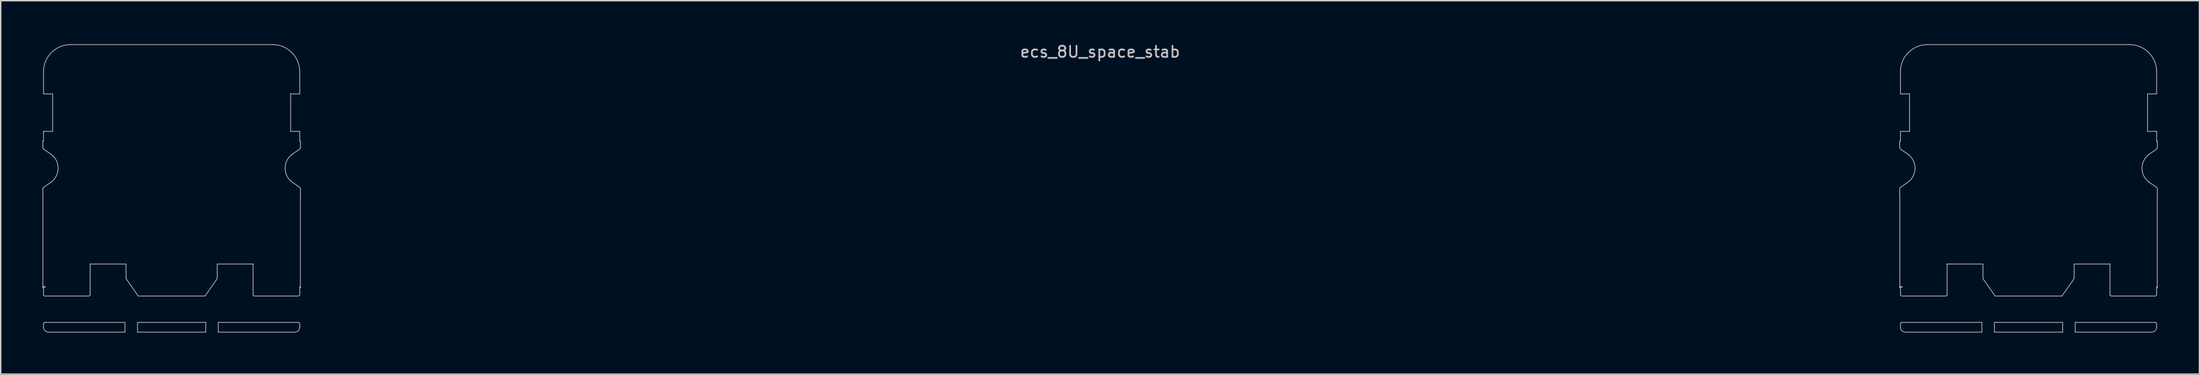
<source format=kicad_pcb>
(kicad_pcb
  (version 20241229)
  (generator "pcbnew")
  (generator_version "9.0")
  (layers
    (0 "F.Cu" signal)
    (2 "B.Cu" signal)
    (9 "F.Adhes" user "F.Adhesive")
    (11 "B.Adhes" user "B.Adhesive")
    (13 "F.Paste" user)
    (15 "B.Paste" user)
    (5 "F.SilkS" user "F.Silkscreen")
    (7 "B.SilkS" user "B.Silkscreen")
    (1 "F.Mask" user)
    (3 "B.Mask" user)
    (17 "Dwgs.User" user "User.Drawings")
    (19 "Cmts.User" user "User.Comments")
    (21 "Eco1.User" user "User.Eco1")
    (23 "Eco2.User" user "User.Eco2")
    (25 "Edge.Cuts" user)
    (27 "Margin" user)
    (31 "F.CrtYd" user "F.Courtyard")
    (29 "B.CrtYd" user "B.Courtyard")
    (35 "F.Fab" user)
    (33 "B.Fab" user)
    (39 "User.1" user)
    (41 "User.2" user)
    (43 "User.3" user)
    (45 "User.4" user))
  (footprint "ecs_8U_space_stab"
    (layer "F.Cu")
    (at 75.95 9.061)
    (property "Reference" "ecs_8U_space_stab" (at 0 -8.382 0) (layer "Dwgs.User") (effects (font (size 0.8 0.8) (thickness 0.12))))
    (attr smd)
    (fp_line (start -75.925 -1.95) (end -75.875 -1.95) (stroke (width 0.05) (type solid)) (layer "Dwgs.User"))
    (fp_line (start -75.925 -1.516) (end -75.925 -1.95) (stroke (width 0.05) (type solid)) (layer "Dwgs.User"))
    (fp_line (start -75.925 1.95) (end -75.925 1.516) (stroke (width 0.05) (type solid)) (layer "Dwgs.User"))
    (fp_line (start -75.919 1.95) (end -75.925 1.95) (stroke (width 0.05) (type solid)) (layer "Dwgs.User"))
    (fp_line (start -75.919 8.616) (end -75.919 1.95) (stroke (width 0.05) (type solid)) (layer "Dwgs.User"))
    (fp_line (start -75.875 -5.35) (end -75.875 -6.95) (stroke (width 0.05) (type solid)) (layer "Dwgs.User"))
    (fp_line (start -75.875 -2.65) (end -75.22 -2.65) (stroke (width 0.05) (type solid)) (layer "Dwgs.User"))
    (fp_line (start -75.875 -1.95) (end -75.875 -2.65) (stroke (width 0.05) (type solid)) (layer "Dwgs.User"))
    (fp_line (start -75.875 8.55) (end -75.744 8.55) (stroke (width 0.05) (type solid)) (layer "Dwgs.User"))
    (fp_line (start -75.875 9.1) (end -75.875 8.55) (stroke (width 0.05) (type solid)) (layer "Dwgs.User"))
    (fp_line (start -75.875 11.45) (end -75.875 11.2) (stroke (width 0.05) (type solid)) (layer "Dwgs.User"))
    (fp_line (start -75.838 1.351) (end -75.371 1.033) (stroke (width 0.05) (type solid)) (layer "Dwgs.User"))
    (fp_line (start -75.775 11.1) (end -70.025 11.1) (stroke (width 0.05) (type solid)) (layer "Dwgs.User"))
    (fp_line (start -75.371 -1.033) (end -75.838 -1.351) (stroke (width 0.05) (type solid)) (layer "Dwgs.User"))
    (fp_line (start -75.22 -5.35) (end -75.875 -5.35) (stroke (width 0.05) (type solid)) (layer "Dwgs.User"))
    (fp_line (start -75.22 -2.65) (end -75.22 -5.35) (stroke (width 0.05) (type solid)) (layer "Dwgs.User"))
    (fp_line (start -73.925 -8.9) (end -59.425 -8.9) (stroke (width 0.05) (type solid)) (layer "Dwgs.User"))
    (fp_line (start -72.625 9.2) (end -75.775 9.2) (stroke (width 0.05) (type solid)) (layer "Dwgs.User"))
    (fp_line (start -72.525 6.895) (end -72.525 9.1) (stroke (width 0.05) (type solid)) (layer "Dwgs.User"))
    (fp_line (start -70.025 11.1) (end -70.025 11.8) (stroke (width 0.05) (type solid)) (layer "Dwgs.User"))
    (fp_line (start -70.025 11.8) (end -75.525 11.8) (stroke (width 0.05) (type solid)) (layer "Dwgs.User"))
    (fp_line (start -69.95 6.9) (end -72.425 6.9) (stroke (width 0.05) (type solid)) (layer "Dwgs.User"))
    (fp_line (start -69.95 7.84) (end -69.95 6.9) (stroke (width 0.05) (type solid)) (layer "Dwgs.User"))
    (fp_line (start -69.125 11.1) (end -64.225 11.1) (stroke (width 0.05) (type solid)) (layer "Dwgs.User"))
    (fp_line (start -69.125 11.8) (end -69.125 11.1) (stroke (width 0.05) (type solid)) (layer "Dwgs.User"))
    (fp_line (start -69.075 9.2) (end -69.887 8.041) (stroke (width 0.05) (type solid)) (layer "Dwgs.User"))
    (fp_line (start -64.275 9.2) (end -69.075 9.2) (stroke (width 0.05) (type solid)) (layer "Dwgs.User"))
    (fp_line (start -64.225 11.1) (end -64.225 11.8) (stroke (width 0.05) (type solid)) (layer "Dwgs.User"))
    (fp_line (start -64.225 11.8) (end -69.125 11.8) (stroke (width 0.05) (type solid)) (layer "Dwgs.User"))
    (fp_line (start -63.463 8.041) (end -64.275 9.2) (stroke (width 0.05) (type solid)) (layer "Dwgs.User"))
    (fp_line (start -63.4 6.9) (end -63.4 7.84) (stroke (width 0.05) (type solid)) (layer "Dwgs.User"))
    (fp_line (start -63.325 11.1) (end -57.575 11.1) (stroke (width 0.05) (type solid)) (layer "Dwgs.User"))
    (fp_line (start -63.325 11.8) (end -63.325 11.1) (stroke (width 0.05) (type solid)) (layer "Dwgs.User"))
    (fp_line (start -60.925 6.9) (end -63.4 6.9) (stroke (width 0.05) (type solid)) (layer "Dwgs.User"))
    (fp_line (start -60.825 9.1) (end -60.825 6.895) (stroke (width 0.05) (type solid)) (layer "Dwgs.User"))
    (fp_line (start -58.13 -5.35) (end -58.13 -2.65) (stroke (width 0.05) (type solid)) (layer "Dwgs.User"))
    (fp_line (start -58.13 -2.65) (end -57.475 -2.65) (stroke (width 0.05) (type solid)) (layer "Dwgs.User"))
    (fp_line (start -57.979 1.033) (end -57.512 1.351) (stroke (width 0.05) (type solid)) (layer "Dwgs.User"))
    (fp_line (start -57.825 11.8) (end -63.325 11.8) (stroke (width 0.05) (type solid)) (layer "Dwgs.User"))
    (fp_line (start -57.575 9.2) (end -60.725 9.2) (stroke (width 0.05) (type solid)) (layer "Dwgs.User"))
    (fp_line (start -57.512 -1.351) (end -57.979 -1.033) (stroke (width 0.05) (type solid)) (layer "Dwgs.User"))
    (fp_line (start -57.475 8.534) (end -57.475 9.1) (stroke (width 0.05) (type solid)) (layer "Dwgs.User"))
    (fp_line (start -57.475 -6.95) (end -57.475 -5.35) (stroke (width 0.05) (type solid)) (layer "Dwgs.User"))
    (fp_line (start -57.475 -5.35) (end -58.13 -5.35) (stroke (width 0.05) (type solid)) (layer "Dwgs.User"))
    (fp_line (start -57.475 -2.65) (end -57.475 -1.95) (stroke (width 0.05) (type solid)) (layer "Dwgs.User"))
    (fp_line (start -57.475 -1.95) (end -57.425 -1.95) (stroke (width 0.05) (type solid)) (layer "Dwgs.User"))
    (fp_line (start -57.475 11.2) (end -57.475 11.45) (stroke (width 0.05) (type solid)) (layer "Dwgs.User"))
    (fp_line (start -57.431 1.95) (end -57.431 8.616) (stroke (width 0.05) (type solid)) (layer "Dwgs.User"))
    (fp_line (start -57.425 -1.95) (end -57.425 -1.516) (stroke (width 0.05) (type solid)) (layer "Dwgs.User"))
    (fp_line (start -57.425 1.516) (end -57.425 1.95) (stroke (width 0.05) (type solid)) (layer "Dwgs.User"))
    (fp_line (start -57.425 1.95) (end -57.431 1.95) (stroke (width 0.05) (type solid)) (layer "Dwgs.User"))
    (fp_line (start 57.425 -1.95) (end 57.475 -1.95) (stroke (width 0.05) (type solid)) (layer "Dwgs.User"))
    (fp_line (start 57.425 -1.516) (end 57.425 -1.95) (stroke (width 0.05) (type solid)) (layer "Dwgs.User"))
    (fp_line (start 57.425 1.95) (end 57.425 1.516) (stroke (width 0.05) (type solid)) (layer "Dwgs.User"))
    (fp_line (start 57.431 1.95) (end 57.425 1.95) (stroke (width 0.05) (type solid)) (layer "Dwgs.User"))
    (fp_line (start 57.431 8.616) (end 57.431 1.95) (stroke (width 0.05) (type solid)) (layer "Dwgs.User"))
    (fp_line (start 57.475 -5.35) (end 57.475 -6.95) (stroke (width 0.05) (type solid)) (layer "Dwgs.User"))
    (fp_line (start 57.475 -2.65) (end 58.13 -2.65) (stroke (width 0.05) (type solid)) (layer "Dwgs.User"))
    (fp_line (start 57.475 -1.95) (end 57.475 -2.65) (stroke (width 0.05) (type solid)) (layer "Dwgs.User"))
    (fp_line (start 57.475 8.55) (end 57.606 8.55) (stroke (width 0.05) (type solid)) (layer "Dwgs.User"))
    (fp_line (start 57.475 9.1) (end 57.475 8.55) (stroke (width 0.05) (type solid)) (layer "Dwgs.User"))
    (fp_line (start 57.475 11.45) (end 57.475 11.2) (stroke (width 0.05) (type solid)) (layer "Dwgs.User"))
    (fp_line (start 57.512 1.351) (end 57.979 1.033) (stroke (width 0.05) (type solid)) (layer "Dwgs.User"))
    (fp_line (start 57.575 11.1) (end 63.325 11.1) (stroke (width 0.05) (type solid)) (layer "Dwgs.User"))
    (fp_line (start 57.979 -1.033) (end 57.512 -1.351) (stroke (width 0.05) (type solid)) (layer "Dwgs.User"))
    (fp_line (start 58.13 -5.35) (end 57.475 -5.35) (stroke (width 0.05) (type solid)) (layer "Dwgs.User"))
    (fp_line (start 58.13 -2.65) (end 58.13 -5.35) (stroke (width 0.05) (type solid)) (layer "Dwgs.User"))
    (fp_line (start 59.425 -8.9) (end 73.925 -8.9) (stroke (width 0.05) (type solid)) (layer "Dwgs.User"))
    (fp_line (start 60.725 9.2) (end 57.575 9.2) (stroke (width 0.05) (type solid)) (layer "Dwgs.User"))
    (fp_line (start 60.825 6.895) (end 60.825 9.1) (stroke (width 0.05) (type solid)) (layer "Dwgs.User"))
    (fp_line (start 63.325 11.1) (end 63.325 11.8) (stroke (width 0.05) (type solid)) (layer "Dwgs.User"))
    (fp_line (start 63.325 11.8) (end 57.825 11.8) (stroke (width 0.05) (type solid)) (layer "Dwgs.User"))
    (fp_line (start 63.4 6.9) (end 60.925 6.9) (stroke (width 0.05) (type solid)) (layer "Dwgs.User"))
    (fp_line (start 63.4 7.84) (end 63.4 6.9) (stroke (width 0.05) (type solid)) (layer "Dwgs.User"))
    (fp_line (start 64.225 11.1) (end 69.125 11.1) (stroke (width 0.05) (type solid)) (layer "Dwgs.User"))
    (fp_line (start 64.225 11.8) (end 64.225 11.1) (stroke (width 0.05) (type solid)) (layer "Dwgs.User"))
    (fp_line (start 64.275 9.2) (end 63.463 8.041) (stroke (width 0.05) (type solid)) (layer "Dwgs.User"))
    (fp_line (start 69.075 9.2) (end 64.275 9.2) (stroke (width 0.05) (type solid)) (layer "Dwgs.User"))
    (fp_line (start 69.125 11.1) (end 69.125 11.8) (stroke (width 0.05) (type solid)) (layer "Dwgs.User"))
    (fp_line (start 69.125 11.8) (end 64.225 11.8) (stroke (width 0.05) (type solid)) (layer "Dwgs.User"))
    (fp_line (start 69.887 8.041) (end 69.075 9.2) (stroke (width 0.05) (type solid)) (layer "Dwgs.User"))
    (fp_line (start 69.95 6.9) (end 69.95 7.84) (stroke (width 0.05) (type solid)) (layer "Dwgs.User"))
    (fp_line (start 70.025 11.1) (end 75.775 11.1) (stroke (width 0.05) (type solid)) (layer "Dwgs.User"))
    (fp_line (start 70.025 11.8) (end 70.025 11.1) (stroke (width 0.05) (type solid)) (layer "Dwgs.User"))
    (fp_line (start 72.425 6.9) (end 69.95 6.9) (stroke (width 0.05) (type solid)) (layer "Dwgs.User"))
    (fp_line (start 72.525 9.1) (end 72.525 6.895) (stroke (width 0.05) (type solid)) (layer "Dwgs.User"))
    (fp_line (start 75.22 -5.35) (end 75.22 -2.65) (stroke (width 0.05) (type solid)) (layer "Dwgs.User"))
    (fp_line (start 75.22 -2.65) (end 75.875 -2.65) (stroke (width 0.05) (type solid)) (layer "Dwgs.User"))
    (fp_line (start 75.371 1.033) (end 75.838 1.351) (stroke (width 0.05) (type solid)) (layer "Dwgs.User"))
    (fp_line (start 75.525 11.8) (end 70.025 11.8) (stroke (width 0.05) (type solid)) (layer "Dwgs.User"))
    (fp_line (start 75.775 9.2) (end 72.625 9.2) (stroke (width 0.05) (type solid)) (layer "Dwgs.User"))
    (fp_line (start 75.838 -1.351) (end 75.371 -1.033) (stroke (width 0.05) (type solid)) (layer "Dwgs.User"))
    (fp_line (start 75.875 8.534) (end 75.875 9.1) (stroke (width 0.05) (type solid)) (layer "Dwgs.User"))
    (fp_line (start 75.875 -6.95) (end 75.875 -5.35) (stroke (width 0.05) (type solid)) (layer "Dwgs.User"))
    (fp_line (start 75.875 -5.35) (end 75.22 -5.35) (stroke (width 0.05) (type solid)) (layer "Dwgs.User"))
    (fp_line (start 75.875 -2.65) (end 75.875 -1.95) (stroke (width 0.05) (type solid)) (layer "Dwgs.User"))
    (fp_line (start 75.875 -1.95) (end 75.925 -1.95) (stroke (width 0.05) (type solid)) (layer "Dwgs.User"))
    (fp_line (start 75.875 11.2) (end 75.875 11.45) (stroke (width 0.05) (type solid)) (layer "Dwgs.User"))
    (fp_line (start 75.919 1.95) (end 75.919 8.616) (stroke (width 0.05) (type solid)) (layer "Dwgs.User"))
    (fp_line (start 75.925 -1.95) (end 75.925 -1.516) (stroke (width 0.05) (type solid)) (layer "Dwgs.User"))
    (fp_line (start 75.925 1.516) (end 75.925 1.95) (stroke (width 0.05) (type solid)) (layer "Dwgs.User"))
    (fp_line (start 75.925 1.95) (end 75.919 1.95) (stroke (width 0.05) (type solid)) (layer "Dwgs.User"))
    (fp_arc (start -75.925003 1.516225) (mid -75.901822 1.422766) (end -75.837652 1.350973) (stroke (width 0.05) (type solid)) (layer "Dwgs.User"))
    (fp_arc (start -75.91875 8.616395) (mid -75.85427 8.52292) (end -75.743988 8.55) (stroke (width 0.05) (type solid)) (layer "Dwgs.User"))
    (fp_arc (start -75.875 -6.95) (mid -75.303858 -8.328858) (end -73.925 -8.9) (stroke (width 0.05) (type solid)) (layer "Dwgs.User"))
    (fp_arc (start -75.875 11.199994) (mid -75.845712 11.129286) (end -75.775003 11.1) (stroke (width 0.05) (type solid)) (layer "Dwgs.User"))
    (fp_arc (start -75.837652 -1.350973) (mid -75.901822 -1.422766) (end -75.925003 -1.516225) (stroke (width 0.05) (type solid)) (layer "Dwgs.User"))
    (fp_arc (start -75.775003 9.2) (mid -75.845712 9.170714) (end -75.875 9.100006) (stroke (width 0.05) (type solid)) (layer "Dwgs.User"))
    (fp_arc (start -75.525023 11.8) (mid -75.772497 11.697497) (end -75.875 11.450023) (stroke (width 0.05) (type solid)) (layer "Dwgs.User"))
    (fp_arc (start -75.370979 -1.032887) (mid -74.825 0) (end -75.370979 1.032887) (stroke (width 0.05) (type solid)) (layer "Dwgs.User"))
    (fp_arc (start -72.525 9.099996) (mid -72.554288 9.170709) (end -72.625 9.2) (stroke (width 0.05) (type solid)) (layer "Dwgs.User"))
    (fp_arc (start -72.425 6.9) (mid -72.475063 6.898746) (end -72.525 6.894987) (stroke (width 0.05) (type solid)) (layer "Dwgs.User"))
    (fp_arc (start -69.886703 8.040768) (mid -69.933801 7.945263) (end -69.95 7.840016) (stroke (width 0.05) (type solid)) (layer "Dwgs.User"))
    (fp_arc (start -63.4 7.840016) (mid -63.416199 7.945263) (end -63.463297 8.040768) (stroke (width 0.05) (type solid)) (layer "Dwgs.User"))
    (fp_arc (start -60.825 6.894987) (mid -60.874937 6.898746) (end -60.925 6.9) (stroke (width 0.05) (type solid)) (layer "Dwgs.User"))
    (fp_arc (start -60.725 9.2) (mid -60.795712 9.170709) (end -60.825 9.099996) (stroke (width 0.05) (type solid)) (layer "Dwgs.User"))
    (fp_arc (start -59.425 -8.9) (mid -58.046142 -8.328858) (end -57.475 -6.95) (stroke (width 0.05) (type solid)) (layer "Dwgs.User"))
    (fp_arc (start -57.979021 1.032887) (mid -58.525 0) (end -57.979021 -1.032887) (stroke (width 0.05) (type solid)) (layer "Dwgs.User"))
    (fp_arc (start -57.574997 11.1) (mid -57.504288 11.129286) (end -57.475 11.199994) (stroke (width 0.05) (type solid)) (layer "Dwgs.User"))
    (fp_arc (start -57.512348 1.350973) (mid -57.448178 1.422766) (end -57.424997 1.516225) (stroke (width 0.05) (type solid)) (layer "Dwgs.User"))
    (fp_arc (start -57.475001 8.533718) (mid -57.442862 8.569625) (end -57.43125 8.616395) (stroke (width 0.05) (type solid)) (layer "Dwgs.User"))
    (fp_arc (start -57.475 9.100006) (mid -57.504288 9.170714) (end -57.574997 9.2) (stroke (width 0.05) (type solid)) (layer "Dwgs.User"))
    (fp_arc (start -57.475 11.450023) (mid -57.577503 11.697497) (end -57.824977 11.8) (stroke (width 0.05) (type solid)) (layer "Dwgs.User"))
    (fp_arc (start -57.424997 -1.516225) (mid -57.448178 -1.422766) (end -57.512348 -1.350973) (stroke (width 0.05) (type solid)) (layer "Dwgs.User"))
    (fp_arc (start 57.424997 1.516225) (mid 57.448168 1.422757) (end 57.512348 1.350973) (stroke (width 0.05) (type solid)) (layer "Dwgs.User"))
    (fp_arc (start 57.43125 8.616395) (mid 57.495717 8.52296) (end 57.606012 8.55) (stroke (width 0.05) (type solid)) (layer "Dwgs.User"))
    (fp_arc (start 57.475 -6.95) (mid 58.046142 -8.328858) (end 59.425 -8.9) (stroke (width 0.05) (type solid)) (layer "Dwgs.User"))
    (fp_arc (start 57.475 11.199994) (mid 57.50429 11.129288) (end 57.574997 11.1) (stroke (width 0.05) (type solid)) (layer "Dwgs.User"))
    (fp_arc (start 57.512348 -1.350973) (mid 57.448192 -1.422769) (end 57.424997 -1.516225) (stroke (width 0.05) (type solid)) (layer "Dwgs.User"))
    (fp_arc (start 57.574997 9.2) (mid 57.50429 9.170712) (end 57.475 9.100006) (stroke (width 0.05) (type solid)) (layer "Dwgs.User"))
    (fp_arc (start 57.824977 11.8) (mid 57.577513 11.697487) (end 57.475 11.450023) (stroke (width 0.05) (type solid)) (layer "Dwgs.User"))
    (fp_arc (start 57.979021 -1.032887) (mid 58.525 0) (end 57.979021 1.032887) (stroke (width 0.05) (type solid)) (layer "Dwgs.User"))
    (fp_arc (start 60.825 9.099996) (mid 60.795712 9.170709) (end 60.725 9.2) (stroke (width 0.05) (type solid)) (layer "Dwgs.User"))
    (fp_arc (start 60.925 6.9) (mid 60.874937 6.898746) (end 60.825 6.894987) (stroke (width 0.05) (type solid)) (layer "Dwgs.User"))
    (fp_arc (start 63.463297 8.040768) (mid 63.416195 7.945264) (end 63.4 7.840016) (stroke (width 0.05) (type solid)) (layer "Dwgs.User"))
    (fp_arc (start 69.95 7.840016) (mid 69.933797 7.945261) (end 69.886703 8.040768) (stroke (width 0.05) (type solid)) (layer "Dwgs.User"))
    (fp_arc (start 72.525 6.894987) (mid 72.475063 6.898746) (end 72.425 6.9) (stroke (width 0.05) (type solid)) (layer "Dwgs.User"))
    (fp_arc (start 72.625 9.2) (mid 72.554288 9.170709) (end 72.525 9.099996) (stroke (width 0.05) (type solid)) (layer "Dwgs.User"))
    (fp_arc (start 73.925 -8.9) (mid 75.303858 -8.328858) (end 75.875 -6.95) (stroke (width 0.05) (type solid)) (layer "Dwgs.User"))
    (fp_arc (start 75.370979 1.032887) (mid 74.825 0) (end 75.370979 -1.032887) (stroke (width 0.05) (type solid)) (layer "Dwgs.User"))
    (fp_arc (start 75.775003 11.1) (mid 75.84571 11.129288) (end 75.875 11.199994) (stroke (width 0.05) (type solid)) (layer "Dwgs.User"))
    (fp_arc (start 75.837652 1.350973) (mid 75.901808 1.422769) (end 75.925003 1.516225) (stroke (width 0.05) (type solid)) (layer "Dwgs.User"))
    (fp_arc (start 75.874999 8.533718) (mid 75.907153 8.56962) (end 75.91875 8.616395) (stroke (width 0.05) (type solid)) (layer "Dwgs.User"))
    (fp_arc (start 75.875 9.100006) (mid 75.84571 9.170712) (end 75.775003 9.2) (stroke (width 0.05) (type solid)) (layer "Dwgs.User"))
    (fp_arc (start 75.875 11.450023) (mid 75.772487 11.697487) (end 75.525023 11.8) (stroke (width 0.05) (type solid)) (layer "Dwgs.User"))
    (fp_arc (start 75.925003 -1.516225) (mid 75.901832 -1.422757) (end 75.837652 -1.350973) (stroke (width 0.05) (type solid)) (layer "Dwgs.User")))
  (gr_rect
    (start -3 -3)
    (end 154.9 23.886)
    (stroke (width 0.1) (type default))
    (fill no)
    (layer "Edge.Cuts")))
</source>
